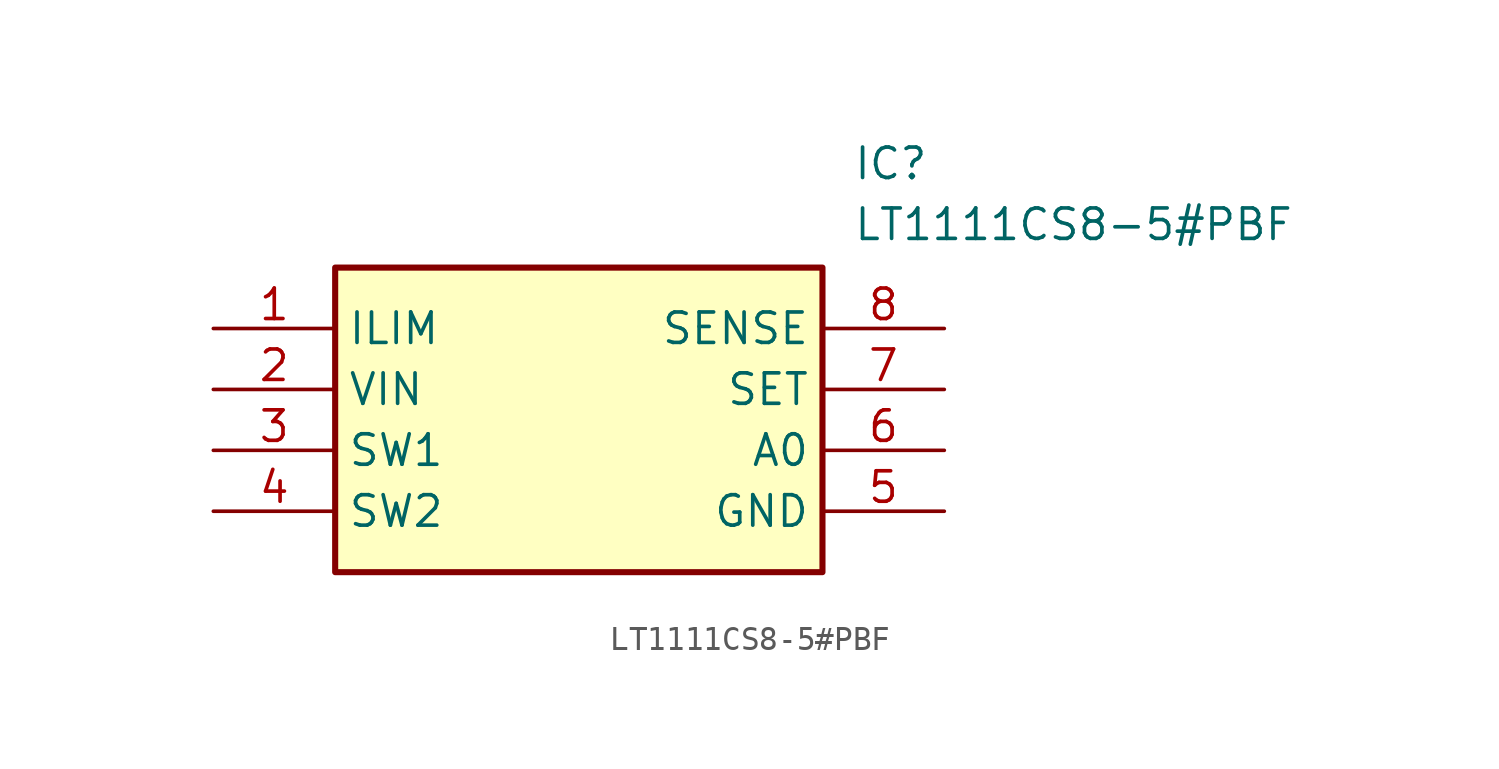
<source format=kicad_sym>
(kicad_symbol_lib
  (version 20211014)
  (generator SamacSys_ECAD_Model)
  (symbol "LT1111CS8-5#PBF"
    (property "Reference" "IC"
      (at 26.67 7.62 0)
      (effects (font (size 1.27 1.27)) (justify left top)))
    (property "Value" "LT1111CS8-5#PBF"
      (at 26.67 5.08 0)
      (effects (font (size 1.27 1.27)) (justify left top)))
    (rectangle
      (start 5.08 2.54)
      (end 25.4 -10.16)
      (stroke (width 0.254) (type default))
      (fill (type background)))
    (pin passive line
      (at 0 0 0)
      (length 5.08)
      (name "ILIM" (effects (font (size 1.27 1.27))))
      (number "1" (effects (font (size 1.27 1.27)))))
    (pin passive line
      (at 0 -2.54 0)
      (length 5.08)
      (name "VIN" (effects (font (size 1.27 1.27))))
      (number "2" (effects (font (size 1.27 1.27)))))
    (pin passive line
      (at 0 -5.08 0)
      (length 5.08)
      (name "SW1" (effects (font (size 1.27 1.27))))
      (number "3" (effects (font (size 1.27 1.27)))))
    (pin passive line
      (at 0 -7.62 0)
      (length 5.08)
      (name "SW2" (effects (font (size 1.27 1.27))))
      (number "4" (effects (font (size 1.27 1.27)))))
    (pin passive line
      (at 30.48 0 180)
      (length 5.08)
      (name "SENSE" (effects (font (size 1.27 1.27))))
      (number "8" (effects (font (size 1.27 1.27)))))
    (pin passive line
      (at 30.48 -2.54 180)
      (length 5.08)
      (name "SET" (effects (font (size 1.27 1.27))))
      (number "7" (effects (font (size 1.27 1.27)))))
    (pin passive line
      (at 30.48 -5.08 180)
      (length 5.08)
      (name "A0" (effects (font (size 1.27 1.27))))
      (number "6" (effects (font (size 1.27 1.27)))))
    (pin passive line
      (at 30.48 -7.62 180)
      (length 5.08)
      (name "GND" (effects (font (size 1.27 1.27))))
      (number "5" (effects (font (size 1.27 1.27)))))))
</source>
